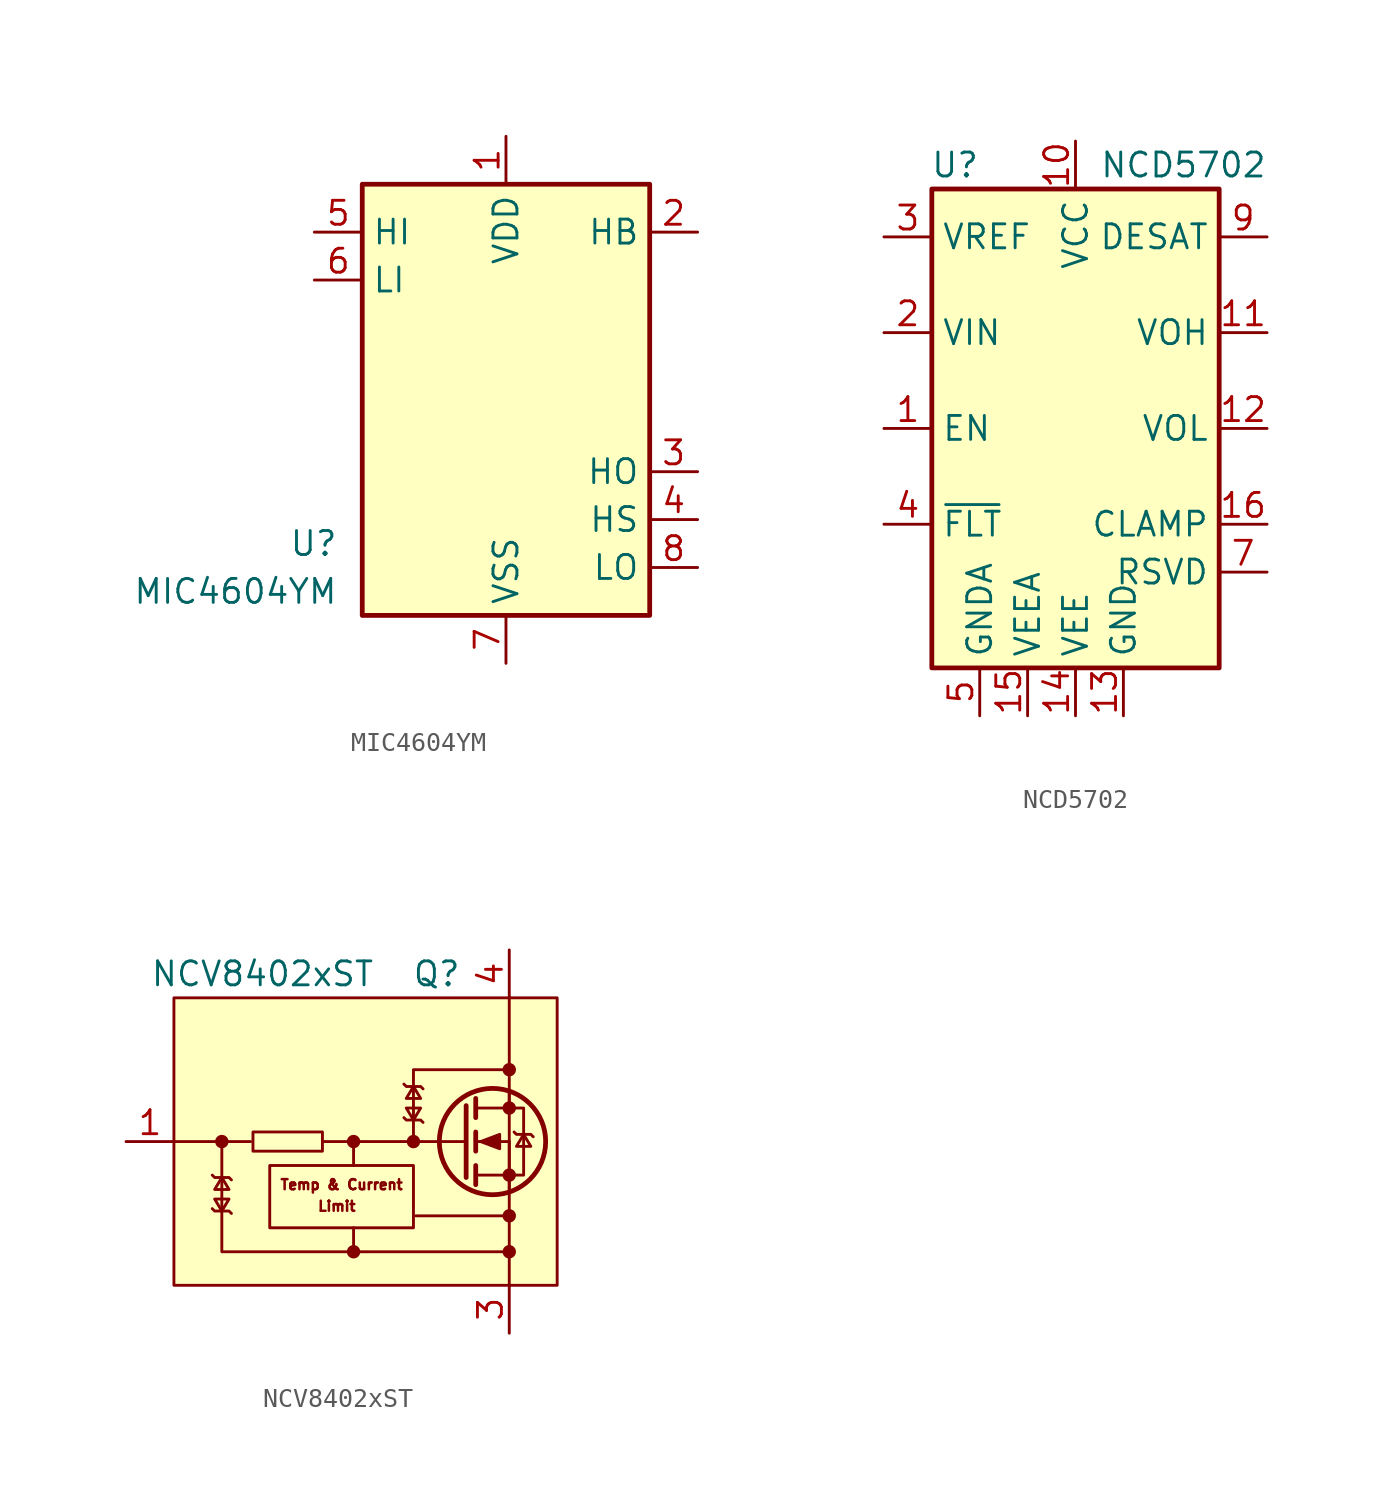
<source format=kicad_sym>
(kicad_symbol_lib
  (version 20201005)
  (generator kicad_symbol_editor)
  (symbol "Driver_FET:MIC4604YM"
    (property "Reference" "U"
      (at -8.89 -8.89 0)
      (effects (font (size 1.27 1.27)) (justify right)))
    (property "Value" "MIC4604YM"
      (at -8.89 -11.43 0)
      (effects (font (size 1.27 1.27)) (justify right)))
    (symbol "MIC4604YM_0_1"
      (rectangle (start -7.62 -12.7) (end 7.62 10.16) (stroke (width 0.254)) (fill (type background))))
    (symbol "MIC4604YM_1_1"
      (pin power_in line (at 0 12.7 270) (length 2.54) (name "VDD" (effects (font (size 1.27 1.27)))) (number "1" (effects (font (size 1.27 1.27)))))
      (pin passive line (at 10.16 7.62 180) (length 2.54) (name "HB" (effects (font (size 1.27 1.27)))) (number "2" (effects (font (size 1.27 1.27)))))
      (pin output line (at 10.16 -5.08 180) (length 2.54) (name "HO" (effects (font (size 1.27 1.27)))) (number "3" (effects (font (size 1.27 1.27)))))
      (pin passive line (at 10.16 -7.62 180) (length 2.54) (name "HS" (effects (font (size 1.27 1.27)))) (number "4" (effects (font (size 1.27 1.27)))))
      (pin input line (at -10.16 7.62 0) (length 2.54) (name "HI" (effects (font (size 1.27 1.27)))) (number "5" (effects (font (size 1.27 1.27)))))
      (pin input line (at -10.16 5.08 0) (length 2.54) (name "LI" (effects (font (size 1.27 1.27)))) (number "6" (effects (font (size 1.27 1.27)))))
      (pin power_in line (at 0 -15.24 90) (length 2.54) (name "VSS" (effects (font (size 1.27 1.27)))) (number "7" (effects (font (size 1.27 1.27)))))
      (pin output line (at 10.16 -10.16 180) (length 2.54) (name "LO" (effects (font (size 1.27 1.27)))) (number "8" (effects (font (size 1.27 1.27)))))))
  (symbol "Driver_FET:NCD5702"
    (property "Reference" "U"
      (at -5.08 13.97 0)
      (effects (font (size 1.27 1.27)) (justify right)))
    (property "Value" "NCD5702"
      (at 1.27 13.97 0)
      (effects (font (size 1.27 1.27)) (justify left)))
    (symbol "NCD5702_0_1"
      (rectangle (start -7.62 12.7) (end 7.62 -12.7) (stroke (width 0.254)) (fill (type background))))
    (symbol "NCD5702_1_1"
      (pin input line (at -10.16 0 0) (length 2.54) (name "EN" (effects (font (size 1.27 1.27)))) (number "1" (effects (font (size 1.27 1.27)))))
      (pin power_in line (at 0 15.24 270) (length 2.54) (name "VCC" (effects (font (size 1.27 1.27)))) (number "10" (effects (font (size 1.27 1.27)))))
      (pin open_emitter line (at 10.16 5.08 180) (length 2.54) (name "VOH" (effects (font (size 1.27 1.27)))) (number "11" (effects (font (size 1.27 1.27)))))
      (pin open_collector line (at 10.16 0 180) (length 2.54) (name "VOL" (effects (font (size 1.27 1.27)))) (number "12" (effects (font (size 1.27 1.27)))))
      (pin power_in line (at 2.54 -15.24 90) (length 2.54) (name "GND" (effects (font (size 1.27 1.27)))) (number "13" (effects (font (size 1.27 1.27)))))
      (pin power_in line (at 0 -15.24 90) (length 2.54) (name "VEE" (effects (font (size 1.27 1.27)))) (number "14" (effects (font (size 1.27 1.27)))))
      (pin power_in line (at -2.54 -15.24 90) (length 2.54) (name "VEEA" (effects (font (size 1.27 1.27)))) (number "15" (effects (font (size 1.27 1.27)))))
      (pin open_collector line (at 10.16 -5.08 180) (length 2.54) (name "CLAMP" (effects (font (size 1.27 1.27)))) (number "16" (effects (font (size 1.27 1.27)))))
      (pin input line (at -10.16 5.08 0) (length 2.54) (name "VIN" (effects (font (size 1.27 1.27)))) (number "2" (effects (font (size 1.27 1.27)))))
      (pin power_out line (at -10.16 10.16 0) (length 2.54) (name "VREF" (effects (font (size 1.27 1.27)))) (number "3" (effects (font (size 1.27 1.27)))))
      (pin open_collector line (at -10.16 -5.08 0) (length 2.54) (name "~FLT" (effects (font (size 1.27 1.27)))) (number "4" (effects (font (size 1.27 1.27)))))
      (pin power_in line (at -5.08 -15.24 90) (length 2.54) (name "GNDA" (effects (font (size 1.27 1.27)))) (number "5" (effects (font (size 1.27 1.27)))))
      (pin no_connect line (at -7.62 7.62 0) (length 2.54) hide (name "NC" (effects (font (size 1.27 1.27)))) (number "6" (effects (font (size 1.27 1.27)))))
      (pin passive line (at 10.16 -7.62 180) (length 2.54) (name "RSVD" (effects (font (size 1.27 1.27)))) (number "7" (effects (font (size 1.27 1.27)))))
      (pin no_connect line (at -7.62 2.54 0) (length 2.54) hide (name "NC" (effects (font (size 1.27 1.27)))) (number "8" (effects (font (size 1.27 1.27)))))
      (pin input line (at 10.16 10.16 180) (length 2.54) (name "DESAT" (effects (font (size 1.27 1.27)))) (number "9" (effects (font (size 1.27 1.27)))))))
  (symbol "Driver_FET:NCV8402xST"
    (pin_names
      (offset 0) hide)
    (property "Reference" "Q"
      (at 5.08 8.89 0)
      (effects (font (size 1.27 1.27)) (justify right)))
    (property "Value" "NCV8402xST"
      (at -11.43 8.89 0)
      (effects (font (size 1.27 1.27)) (justify left)))
    (symbol "NCV8402xST_0_0"
      (text "Limit" (at -1.524 -3.429 0) (effects (font (size 0.533 0.533))))
      (text "Temp & Current" (at -1.27 -2.286 0) (effects (font (size 0.533 0.533))))
      (rectangle (start -10.16 7.62) (end 10.16 -7.62) (stroke (width 0)) (fill (type background)))
      (rectangle (start -5.969 0.508) (end -2.286 -0.508) (stroke (width 0)) (fill (type none)))
      (polyline (pts (xy 7.62 2.54) (xy 7.62 -7.62)) (stroke (width 0)) (fill (type none)))
      (polyline (pts (xy 7.62 2.54) (xy 7.62 7.62)) (stroke (width 0)) (fill (type none)))
      (polyline (pts (xy -0.635 -1.27) (xy -0.635 -0.635) (xy -0.635 0)) (stroke (width 0)) (fill (type none)))
      (polyline (pts (xy 2.54 0) (xy -2.286 0) (xy -0.889 0)) (stroke (width 0)) (fill (type none)))
      (polyline (pts (xy 2.54 0) (xy 2.54 3.81) (xy 7.62 3.81)) (stroke (width 0)) (fill (type none)))
      (polyline (pts (xy 7.62 -5.842) (xy -0.635 -5.842) (xy -0.635 -4.572)) (stroke (width 0)) (fill (type none)))
      (polyline (pts (xy -0.635 -5.842) (xy -7.62 -5.842) (xy -7.62 0) (xy -6.096 0)) (stroke (width 0)) (fill (type none))))
    (symbol "NCV8402xST_0_1"
      (rectangle (start -5.08 -1.27) (end 2.54 -4.572) (stroke (width 0)) (fill (type none)))
      (polyline (pts (xy -7.62 0) (xy -10.16 0)) (stroke (width 0)) (fill (type none)))
      (polyline (pts (xy 7.62 -3.937) (xy 2.667 -3.937)) (stroke (width 0)) (fill (type none))))
    (symbol "NCV8402xST_1_1"
      (circle (center -7.62 0) (radius 0.279) (stroke (width 0)) (fill (type outline)))
      (circle (center -0.635 -5.842) (radius 0.279) (stroke (width 0)) (fill (type outline)))
      (circle (center -0.635 0) (radius 0.279) (stroke (width 0)) (fill (type outline)))
      (circle (center 2.54 0) (radius 0.279) (stroke (width 0)) (fill (type outline)))
      (circle (center 6.731 0) (radius 2.819) (stroke (width 0.254)) (fill (type none)))
      (circle (center 7.62 -5.842) (radius 0.279) (stroke (width 0)) (fill (type outline)))
      (circle (center 7.62 -3.937) (radius 0.279) (stroke (width 0)) (fill (type outline)))
      (circle (center 7.62 -1.778) (radius 0.279) (stroke (width 0)) (fill (type outline)))
      (circle (center 7.62 1.778) (radius 0.279) (stroke (width 0)) (fill (type outline)))
      (circle (center 7.62 3.81) (radius 0.279) (stroke (width 0)) (fill (type outline)))
      (polyline (pts (xy 2.54 0) (xy 5.334 0)) (stroke (width 0)) (fill (type none)))
      (polyline (pts (xy 5.842 -1.778) (xy 7.62 -1.778)) (stroke (width 0)) (fill (type none)))
      (polyline (pts (xy 5.842 -1.27) (xy 5.842 -2.286)) (stroke (width 0.254)) (fill (type none)))
      (polyline (pts (xy 5.842 0) (xy 7.62 0)) (stroke (width 0)) (fill (type none)))
      (polyline (pts (xy 5.842 0.508) (xy 5.842 -0.508)) (stroke (width 0.254)) (fill (type none)))
      (polyline (pts (xy 5.842 1.778) (xy 7.62 1.778)) (stroke (width 0)) (fill (type none)))
      (polyline (pts (xy 5.842 2.286) (xy 5.842 1.27)) (stroke (width 0.254)) (fill (type none)))
      (polyline (pts (xy 7.62 -1.778) (xy 7.62 -2.54)) (stroke (width 0)) (fill (type none)))
      (polyline (pts (xy 7.62 -1.778) (xy 7.62 0)) (stroke (width 0)) (fill (type none)))
      (polyline (pts (xy 7.62 2.54) (xy 7.62 1.778)) (stroke (width 0)) (fill (type none)))
      (polyline (pts (xy 5.334 1.905) (xy 5.334 -1.905) (xy 5.334 -1.905)) (stroke (width 0.254)) (fill (type none)))
      (polyline (pts (xy -8.128 -1.778) (xy -8.001 -1.905) (xy -7.239 -1.905) (xy -7.112 -2.032)) (stroke (width 0)) (fill (type none)))
      (polyline (pts (xy -7.62 -3.683) (xy -7.239 -3.048) (xy -8.001 -3.048) (xy -7.62 -3.683)) (stroke (width 0)) (fill (type none)))
      (polyline (pts (xy -7.62 -1.905) (xy -8.001 -2.54) (xy -7.239 -2.54) (xy -7.62 -1.905)) (stroke (width 0)) (fill (type none)))
      (polyline (pts (xy -7.112 -3.81) (xy -7.239 -3.683) (xy -8.001 -3.683) (xy -8.128 -3.556)) (stroke (width 0)) (fill (type none)))
      (polyline (pts (xy 2.032 3.048) (xy 2.159 2.921) (xy 2.921 2.921) (xy 3.048 2.794)) (stroke (width 0)) (fill (type none)))
      (polyline (pts (xy 2.54 1.143) (xy 2.921 1.778) (xy 2.159 1.778) (xy 2.54 1.143)) (stroke (width 0)) (fill (type none)))
      (polyline (pts (xy 2.54 2.921) (xy 2.159 2.286) (xy 2.921 2.286) (xy 2.54 2.921)) (stroke (width 0)) (fill (type none)))
      (polyline (pts (xy 3.048 1.016) (xy 2.921 1.143) (xy 2.159 1.143) (xy 2.032 1.27)) (stroke (width 0)) (fill (type none)))
      (polyline (pts (xy 6.096 0) (xy 7.112 0.381) (xy 7.112 -0.381) (xy 6.096 0)) (stroke (width 0)) (fill (type outline)))
      (polyline (pts (xy 7.62 -1.778) (xy 8.382 -1.778) (xy 8.382 1.778) (xy 7.62 1.778)) (stroke (width 0)) (fill (type none)))
      (polyline (pts (xy 7.874 0.508) (xy 8.001 0.381) (xy 8.763 0.381) (xy 8.89 0.254)) (stroke (width 0)) (fill (type none)))
      (polyline (pts (xy 8.382 0.381) (xy 8.001 -0.254) (xy 8.763 -0.254) (xy 8.382 0.381)) (stroke (width 0)) (fill (type none)))
      (pin input line (at -12.7 0 0) (length 2.54) (name "G" (effects (font (size 1.27 1.27)))) (number "1" (effects (font (size 1.27 1.27)))))
      (pin passive line (at 7.62 10.16 270) (length 2.54) hide (name "D" (effects (font (size 1.27 1.27)))) (number "2" (effects (font (size 1.27 1.27)))))
      (pin passive line (at 7.62 -10.16 90) (length 2.54) (name "S" (effects (font (size 1.27 1.27)))) (number "3" (effects (font (size 1.27 1.27)))))
      (pin passive line (at 7.62 10.16 270) (length 2.54) (name "D" (effects (font (size 1.27 1.27)))) (number "4" (effects (font (size 1.27 1.27))))))))
</source>
